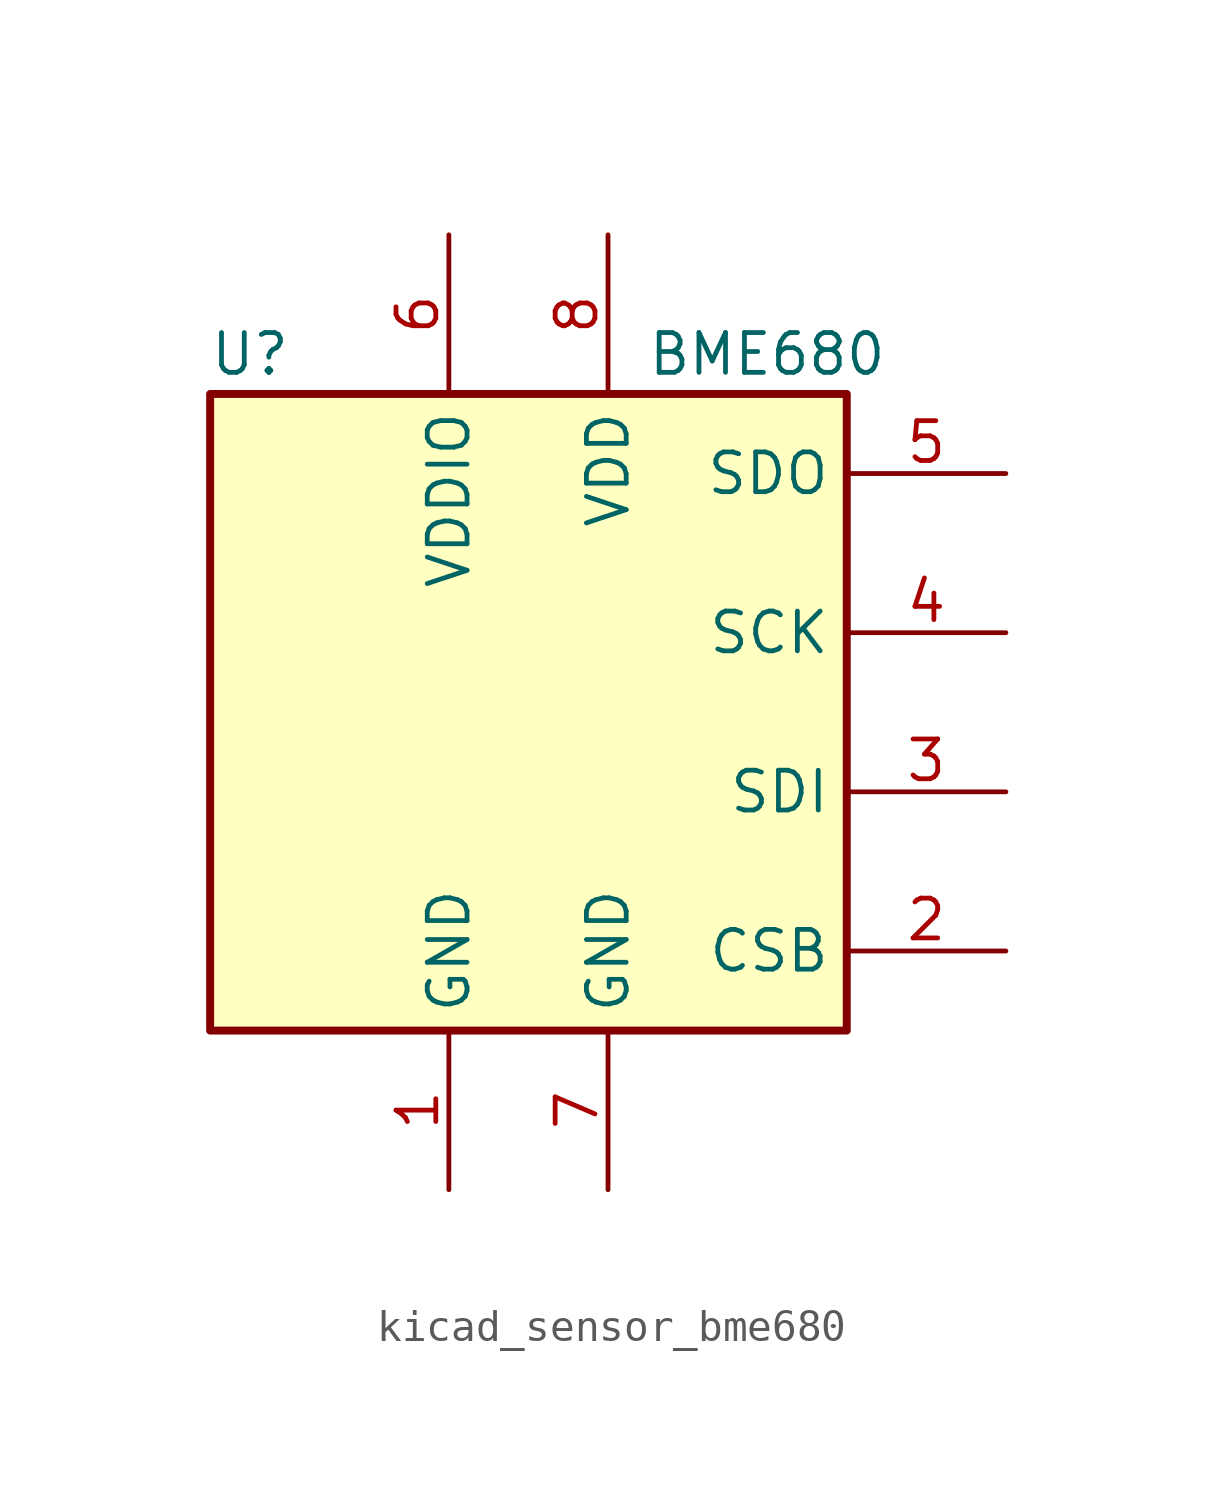
<source format=kicad_sym>
(kicad_symbol_lib
  (version 20220914)
  (generator kicad_symbol_editor)
  (symbol "kicad_sensor_bme680"
    (property "Reference" "U"
      (at -8.89 11.43 0)
      (effects (font (size 1.27 1.27))))
    (property "Value" "BME680"
      (at 7.62 11.43 0)
      (effects (font (size 1.27 1.27))))
    (symbol "kicad_sensor_bme680_0_1"
      (rectangle (start -10.16 10.16) (end 10.16 -10.16) (stroke (width 0.254) (type default)) (fill (type background))))
    (symbol "kicad_sensor_bme680_1_1"
      (pin power_in line (at -2.54 -15.24 90) (length 5.08) (name "GND" (effects (font (size 1.27 1.27)))) (number "1" (effects (font (size 1.27 1.27)))))
      (pin input line (at 15.24 -7.62 180) (length 5.08) (name "CSB" (effects (font (size 1.27 1.27)))) (number "2" (effects (font (size 1.27 1.27)))))
      (pin bidirectional line (at 15.24 -2.54 180) (length 5.08) (name "SDI" (effects (font (size 1.27 1.27)))) (number "3" (effects (font (size 1.27 1.27)))))
      (pin input line (at 15.24 2.54 180) (length 5.08) (name "SCK" (effects (font (size 1.27 1.27)))) (number "4" (effects (font (size 1.27 1.27)))))
      (pin bidirectional line (at 15.24 7.62 180) (length 5.08) (name "SDO" (effects (font (size 1.27 1.27)))) (number "5" (effects (font (size 1.27 1.27)))))
      (pin power_in line (at -2.54 15.24 270) (length 5.08) (name "VDDIO" (effects (font (size 1.27 1.27)))) (number "6" (effects (font (size 1.27 1.27)))))
      (pin power_in line (at 2.54 -15.24 90) (length 5.08) (name "GND" (effects (font (size 1.27 1.27)))) (number "7" (effects (font (size 1.27 1.27)))))
      (pin power_in line (at 2.54 15.24 270) (length 5.08) (name "VDD" (effects (font (size 1.27 1.27)))) (number "8" (effects (font (size 1.27 1.27))))))))
</source>
